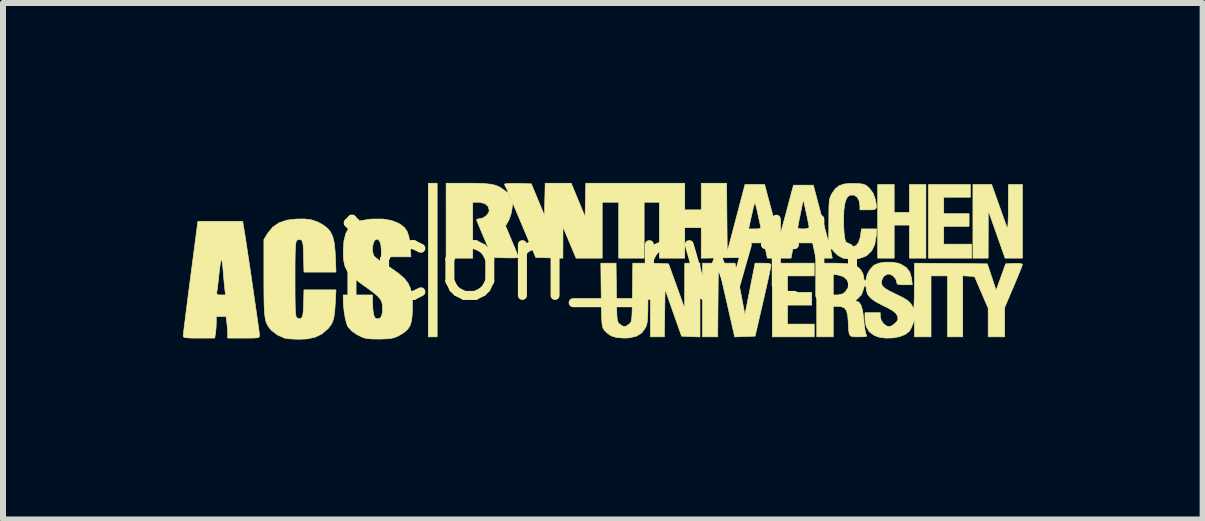
<source format=kicad_pcb>
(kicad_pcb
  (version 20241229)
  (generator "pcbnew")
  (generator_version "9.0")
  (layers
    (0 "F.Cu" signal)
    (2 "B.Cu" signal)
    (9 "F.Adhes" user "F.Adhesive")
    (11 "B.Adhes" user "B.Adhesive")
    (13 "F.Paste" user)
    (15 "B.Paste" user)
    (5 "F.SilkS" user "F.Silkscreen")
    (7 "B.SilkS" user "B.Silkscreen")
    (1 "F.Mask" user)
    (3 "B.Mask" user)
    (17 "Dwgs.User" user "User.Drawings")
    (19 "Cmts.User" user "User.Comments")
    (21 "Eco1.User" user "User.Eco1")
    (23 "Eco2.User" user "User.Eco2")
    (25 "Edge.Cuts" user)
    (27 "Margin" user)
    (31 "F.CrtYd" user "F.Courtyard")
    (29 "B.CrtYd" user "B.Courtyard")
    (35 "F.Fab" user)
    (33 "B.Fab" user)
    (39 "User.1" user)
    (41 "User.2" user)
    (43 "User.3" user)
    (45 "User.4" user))
  (footprint "icon_rwth"
    (layer "F.Cu")
    (at 6.991 1.296)
    (property "Reference" "icon_rwth" (at 0 0 0) (layer "F.SilkS") (effects (font (size 1.27 1.27) (thickness 0.15))))
    (attr through_hole)
    (fp_poly (pts (xy -2.752 1.27) (xy -2.9 1.27) (xy -2.9 -1.291) (xy -2.752 -1.291) (xy -2.752 1.27)) (stroke (width 0.01) (type solid)) (fill yes) (layer "F.SilkS"))
    (fp_poly (pts (xy 3.535 0.254) (xy 3.09 0.254) (xy 3.09 0.529) (xy 3.493 0.529) (xy 3.493 0.741) (xy 3.09 0.741) (xy 3.09 1.058) (xy 3.535 1.058) (xy 3.535 1.27) (xy 2.836 1.27) (xy 2.836 0.042) (xy 3.535 0.042) (xy 3.535 0.254)) (stroke (width 0.01) (type solid)) (fill yes) (layer "F.SilkS"))
    (fp_poly (pts (xy 4.868 -0.804) (xy 5.122 -0.804) (xy 5.122 -1.27) (xy 5.397 -1.27) (xy 5.397 -0.042) (xy 5.122 -0.042) (xy 5.122 -0.593) (xy 4.868 -0.593) (xy 4.868 -0.042) (xy 4.593 -0.042) (xy 4.593 -1.27) (xy 4.868 -1.27) (xy 4.868 -0.804)) (stroke (width 0.01) (type solid)) (fill yes) (layer "F.SilkS"))
    (fp_poly (pts (xy 6.138 -1.058) (xy 5.694 -1.058) (xy 5.694 -0.783) (xy 6.117 -0.783) (xy 6.117 -0.572) (xy 5.694 -0.572) (xy 5.694 -0.275) (xy 6.16 -0.275) (xy 6.16 -0.042) (xy 5.44 -0.042) (xy 5.44 -1.27) (xy 6.138 -1.27) (xy 6.138 -1.058)) (stroke (width 0.01) (type solid)) (fill yes) (layer "F.SilkS"))
    (fp_poly (pts (xy 0.955 0.047) (xy 1.106 0.053) (xy 1.24 0.423) (xy 1.373 0.794) (xy 1.375 0.418) (xy 1.376 0.042) (xy 1.63 0.042) (xy 1.63 1.272) (xy 1.476 1.266) (xy 1.323 1.259) (xy 1.185 0.868) (xy 1.048 0.476) (xy 1.036 1.27) (xy 0.804 1.27) (xy 0.804 0.04) (xy 0.955 0.047)) (stroke (width 0.01) (type solid)) (fill yes) (layer "F.SilkS"))
    (fp_poly (pts (xy 6.616 -0.926) (xy 6.657 -0.81) (xy 6.694 -0.706) (xy 6.725 -0.62) (xy 6.746 -0.562) (xy 6.754 -0.54) (xy 6.76 -0.546) (xy 6.764 -0.589) (xy 6.768 -0.663) (xy 6.771 -0.762) (xy 6.772 -0.881) (xy 6.772 -0.884) (xy 6.773 -1.27) (xy 7.006 -1.27) (xy 7.006 -0.042) (xy 6.717 -0.042) (xy 6.577 -0.439) (xy 6.437 -0.836) (xy 6.435 -0.042) (xy 6.181 -0.042) (xy 6.181 -1.27) (xy 6.493 -1.27) (xy 6.616 -0.926)) (stroke (width 0.01) (type solid)) (fill yes) (layer "F.SilkS"))
    (fp_poly (pts (xy 2.682 0.042) (xy 2.756 0.044) (xy 2.796 0.051) (xy 2.812 0.065) (xy 2.814 0.079) (xy 2.809 0.109) (xy 2.796 0.174) (xy 2.776 0.269) (xy 2.749 0.389) (xy 2.718 0.526) (xy 2.684 0.676) (xy 2.681 0.688) (xy 2.549 1.259) (xy 2.379 1.265) (xy 2.209 1.272) (xy 2.073 0.675) (xy 1.937 0.079) (xy 1.931 0.674) (xy 1.926 1.27) (xy 1.672 1.27) (xy 1.672 0.042) (xy 2.215 0.042) (xy 2.379 0.9) (xy 2.464 0.471) (xy 2.549 0.042) (xy 2.682 0.042)) (stroke (width 0.01) (type solid)) (fill yes) (layer "F.SilkS"))
    (fp_poly (pts (xy 0.237 0.531) (xy 0.239 0.687) (xy 0.241 0.806) (xy 0.244 0.894) (xy 0.248 0.956) (xy 0.254 0.998) (xy 0.263 1.025) (xy 0.274 1.043) (xy 0.289 1.057) (xy 0.293 1.06) (xy 0.338 1.089) (xy 0.37 1.101) (xy 0.405 1.088) (xy 0.447 1.06) (xy 0.463 1.046) (xy 0.476 1.03) (xy 0.485 1.006) (xy 0.491 0.968) (xy 0.496 0.912) (xy 0.499 0.831) (xy 0.501 0.72) (xy 0.503 0.574) (xy 0.504 0.531) (xy 0.51 0.042) (xy 0.762 0.042) (xy 0.762 0.541) (xy 0.762 0.7) (xy 0.761 0.824) (xy 0.758 0.917) (xy 0.754 0.986) (xy 0.748 1.036) (xy 0.74 1.073) (xy 0.728 1.104) (xy 0.719 1.122) (xy 0.658 1.205) (xy 0.57 1.259) (xy 0.453 1.287) (xy 0.366 1.291) (xy 0.24 1.282) (xy 0.15 1.254) (xy 0.088 1.212) (xy 0.036 1.161) (xy 0.033 1.157) (xy 0.02 1.137) (xy 0.009 1.112) (xy 0.001 1.078) (xy -0.005 1.03) (xy -0.009 0.962) (xy -0.012 0.868) (xy -0.015 0.743) (xy -0.017 0.581) (xy -0.017 0.57) (xy -0.023 0.042) (xy 0.231 0.042) (xy 0.237 0.531)) (stroke (width 0.01) (type solid)) (fill yes) (layer "F.SilkS"))
    (fp_poly (pts (xy -5.971 -0.513) (xy -5.955 -0.417) (xy -5.936 -0.295) (xy -5.915 -0.152) (xy -5.891 0.006) (xy -5.866 0.174) (xy -5.841 0.346) (xy -5.816 0.517) (xy -5.792 0.683) (xy -5.77 0.836) (xy -5.75 0.973) (xy -5.734 1.087) (xy -5.723 1.173) (xy -5.716 1.227) (xy -5.715 1.241) (xy -5.716 1.262) (xy -5.724 1.276) (xy -5.746 1.285) (xy -5.789 1.289) (xy -5.86 1.291) (xy -5.965 1.291) (xy -5.98 1.291) (xy -6.244 1.291) (xy -6.244 1.222) (xy -6.247 1.16) (xy -6.254 1.08) (xy -6.258 1.042) (xy -6.271 0.931) (xy -6.435 0.931) (xy -6.435 1.032) (xy -6.438 1.113) (xy -6.446 1.193) (xy -6.448 1.212) (xy -6.461 1.291) (xy -6.723 1.291) (xy -6.833 1.291) (xy -6.907 1.288) (xy -6.953 1.283) (xy -6.977 1.275) (xy -6.985 1.261) (xy -6.986 1.254) (xy -6.983 1.226) (xy -6.976 1.16) (xy -6.964 1.061) (xy -6.948 0.934) (xy -6.929 0.782) (xy -6.907 0.611) (xy -6.9 0.555) (xy -6.427 0.555) (xy -6.407 0.569) (xy -6.358 0.572) (xy -6.281 0.572) (xy -6.294 0.46) (xy -6.302 0.385) (xy -6.311 0.287) (xy -6.319 0.184) (xy -6.321 0.164) (xy -6.329 0.081) (xy -6.338 0.018) (xy -6.346 -0.017) (xy -6.35 -0.021) (xy -6.357 -0.001) (xy -6.368 0.052) (xy -6.379 0.132) (xy -6.39 0.228) (xy -6.401 0.33) (xy -6.412 0.421) (xy -6.42 0.49) (xy -6.426 0.524) (xy -6.427 0.555) (xy -6.9 0.555) (xy -6.883 0.424) (xy -6.864 0.28) (xy -6.742 -0.656) (xy -5.994 -0.656) (xy -5.971 -0.513)) (stroke (width 0.01) (type solid)) (fill yes) (layer "F.SilkS"))
    (fp_poly (pts (xy -4.848 -0.68) (xy -4.748 -0.647) (xy -4.654 -0.596) (xy -4.583 -0.542) (xy -4.53 -0.479) (xy -4.493 -0.399) (xy -4.468 -0.296) (xy -4.454 -0.162) (xy -4.449 -0.071) (xy -4.439 0.191) (xy -4.973 0.191) (xy -4.979 -0.067) (xy -4.982 -0.179) (xy -4.987 -0.256) (xy -4.995 -0.305) (xy -5.007 -0.333) (xy -5.02 -0.346) (xy -5.062 -0.355) (xy -5.089 -0.34) (xy -5.099 -0.328) (xy -5.106 -0.305) (xy -5.112 -0.268) (xy -5.116 -0.211) (xy -5.119 -0.13) (xy -5.121 -0.022) (xy -5.122 0.12) (xy -5.122 0.3) (xy -5.122 0.307) (xy -5.122 0.488) (xy -5.121 0.631) (xy -5.119 0.741) (xy -5.117 0.822) (xy -5.112 0.88) (xy -5.107 0.918) (xy -5.099 0.941) (xy -5.089 0.954) (xy -5.089 0.954) (xy -5.048 0.97) (xy -5.02 0.96) (xy -5.004 0.942) (xy -4.992 0.907) (xy -4.985 0.849) (xy -4.98 0.758) (xy -4.979 0.712) (xy -4.973 0.487) (xy -4.439 0.487) (xy -4.451 0.714) (xy -4.46 0.844) (xy -4.473 0.94) (xy -4.493 1.013) (xy -4.523 1.072) (xy -4.565 1.126) (xy -4.579 1.14) (xy -4.676 1.223) (xy -4.789 1.277) (xy -4.924 1.305) (xy -5.048 1.31) (xy -5.14 1.308) (xy -5.222 1.303) (xy -5.279 1.295) (xy -5.292 1.293) (xy -5.415 1.239) (xy -5.514 1.163) (xy -5.531 1.144) (xy -5.56 1.107) (xy -5.584 1.069) (xy -5.603 1.026) (xy -5.617 0.972) (xy -5.627 0.904) (xy -5.634 0.815) (xy -5.638 0.701) (xy -5.64 0.556) (xy -5.641 0.377) (xy -5.641 0.284) (xy -5.641 -0.353) (xy -5.577 -0.457) (xy -5.494 -0.558) (xy -5.389 -0.631) (xy -5.256 -0.676) (xy -5.101 -0.694) (xy -4.961 -0.695) (xy -4.848 -0.68)) (stroke (width 0.01) (type solid)) (fill yes) (layer "F.SilkS"))
    (fp_poly (pts (xy -3.657 -0.694) (xy -3.518 -0.671) (xy -3.402 -0.626) (xy -3.361 -0.602) (xy -3.296 -0.55) (xy -3.252 -0.485) (xy -3.223 -0.4) (xy -3.206 -0.284) (xy -3.202 -0.242) (xy -3.19 -0.064) (xy -3.683 -0.064) (xy -3.683 -0.171) (xy -3.691 -0.267) (xy -3.713 -0.331) (xy -3.748 -0.359) (xy -3.757 -0.36) (xy -3.791 -0.341) (xy -3.816 -0.293) (xy -3.83 -0.227) (xy -3.83 -0.157) (xy -3.814 -0.094) (xy -3.81 -0.085) (xy -3.783 -0.056) (xy -3.73 -0.014) (xy -3.661 0.034) (xy -3.646 0.043) (xy -3.498 0.14) (xy -3.383 0.223) (xy -3.298 0.299) (xy -3.238 0.376) (xy -3.199 0.458) (xy -3.176 0.552) (xy -3.166 0.665) (xy -3.165 0.762) (xy -3.168 0.901) (xy -3.18 1.006) (xy -3.205 1.085) (xy -3.245 1.146) (xy -3.305 1.198) (xy -3.366 1.236) (xy -3.424 1.267) (xy -3.476 1.286) (xy -3.534 1.298) (xy -3.612 1.304) (xy -3.693 1.307) (xy -3.835 1.306) (xy -3.938 1.296) (xy -3.985 1.283) (xy -4.09 1.233) (xy -4.179 1.17) (xy -4.239 1.103) (xy -4.242 1.099) (xy -4.264 1.043) (xy -4.285 0.957) (xy -4.302 0.854) (xy -4.314 0.748) (xy -4.318 0.661) (xy -4.318 0.572) (xy -3.831 0.572) (xy -3.829 0.704) (xy -3.823 0.823) (xy -3.81 0.904) (xy -3.789 0.952) (xy -3.761 0.97) (xy -3.711 0.965) (xy -3.679 0.927) (xy -3.663 0.852) (xy -3.662 0.805) (xy -3.664 0.742) (xy -3.675 0.691) (xy -3.698 0.644) (xy -3.738 0.596) (xy -3.801 0.542) (xy -3.892 0.474) (xy -3.979 0.412) (xy -4.1 0.323) (xy -4.189 0.246) (xy -4.25 0.173) (xy -4.289 0.095) (xy -4.309 0.005) (xy -4.317 -0.105) (xy -4.317 -0.158) (xy -4.307 -0.323) (xy -4.276 -0.452) (xy -4.222 -0.551) (xy -4.14 -0.621) (xy -4.028 -0.666) (xy -3.883 -0.69) (xy -3.826 -0.694) (xy -3.657 -0.694)) (stroke (width 0.01) (type solid)) (fill yes) (layer "F.SilkS"))
    (fp_poly (pts (xy 4.923 0.04) (xy 4.979 0.059) (xy 5.071 0.115) (xy 5.128 0.189) (xy 5.157 0.291) (xy 5.159 0.307) (xy 5.17 0.402) (xy 5.04 0.402) (xy 4.969 0.401) (xy 4.93 0.394) (xy 4.913 0.38) (xy 4.911 0.359) (xy 4.894 0.306) (xy 4.854 0.258) (xy 4.803 0.227) (xy 4.757 0.223) (xy 4.693 0.262) (xy 4.66 0.327) (xy 4.657 0.361) (xy 4.662 0.399) (xy 4.681 0.432) (xy 4.721 0.466) (xy 4.787 0.505) (xy 4.885 0.553) (xy 4.911 0.566) (xy 5.019 0.619) (xy 5.094 0.666) (xy 5.143 0.713) (xy 5.174 0.765) (xy 5.185 0.797) (xy 5.192 0.8) (xy 5.197 0.762) (xy 5.201 0.685) (xy 5.204 0.57) (xy 5.205 0.449) (xy 5.207 0.042) (xy 5.814 0.047) (xy 6.421 0.053) (xy 6.568 0.495) (xy 6.647 0.274) (xy 6.726 0.053) (xy 6.866 0.047) (xy 6.952 0.046) (xy 6.998 0.054) (xy 7.006 0.064) (xy 6.998 0.09) (xy 6.976 0.149) (xy 6.942 0.232) (xy 6.9 0.335) (xy 6.858 0.434) (xy 6.71 0.78) (xy 6.71 1.27) (xy 6.435 1.27) (xy 6.435 0.792) (xy 6.321 0.528) (xy 6.208 0.265) (xy 6.11 0.258) (xy 6.011 0.252) (xy 6.011 1.27) (xy 5.757 1.27) (xy 5.757 0.254) (xy 5.482 0.254) (xy 5.482 1.27) (xy 5.207 1.27) (xy 5.206 1.127) (xy 5.205 0.984) (xy 5.177 1.064) (xy 5.151 1.125) (xy 5.124 1.173) (xy 5.119 1.178) (xy 5.053 1.23) (xy 4.958 1.267) (xy 4.846 1.288) (xy 4.728 1.291) (xy 4.616 1.276) (xy 4.537 1.247) (xy 4.453 1.185) (xy 4.401 1.098) (xy 4.382 0.983) (xy 4.381 0.965) (xy 4.381 0.868) (xy 4.636 0.868) (xy 4.636 0.932) (xy 4.652 0.996) (xy 4.693 1.054) (xy 4.747 1.092) (xy 4.784 1.101) (xy 4.826 1.087) (xy 4.874 1.053) (xy 4.914 1.012) (xy 4.932 0.977) (xy 4.932 0.976) (xy 4.924 0.924) (xy 4.896 0.878) (xy 4.843 0.834) (xy 4.759 0.786) (xy 4.689 0.752) (xy 4.565 0.688) (xy 4.478 0.626) (xy 4.426 0.563) (xy 4.404 0.495) (xy 4.403 0.472) (xy 4.396 0.426) (xy 4.38 0.417) (xy 4.363 0.444) (xy 4.352 0.486) (xy 4.324 0.565) (xy 4.27 0.623) (xy 4.231 0.658) (xy 4.226 0.675) (xy 4.238 0.677) (xy 4.282 0.694) (xy 4.317 0.747) (xy 4.342 0.836) (xy 4.36 0.965) (xy 4.363 0.998) (xy 4.372 1.091) (xy 4.384 1.17) (xy 4.397 1.224) (xy 4.404 1.24) (xy 4.411 1.256) (xy 4.396 1.265) (xy 4.352 1.269) (xy 4.279 1.27) (xy 4.209 1.27) (xy 4.161 1.264) (xy 4.132 1.246) (xy 4.116 1.209) (xy 4.108 1.146) (xy 4.103 1.049) (xy 4.102 1.013) (xy 4.092 0.903) (xy 4.07 0.828) (xy 4.033 0.784) (xy 3.976 0.765) (xy 3.934 0.762) (xy 3.852 0.762) (xy 3.852 1.27) (xy 3.577 1.27) (xy 3.577 0.572) (xy 3.852 0.572) (xy 3.927 0.572) (xy 4.008 0.554) (xy 4.054 0.52) (xy 4.099 0.451) (xy 4.106 0.38) (xy 4.079 0.316) (xy 4.021 0.267) (xy 3.942 0.241) (xy 3.852 0.227) (xy 3.852 0.572) (xy 3.577 0.572) (xy 3.577 0.042) (xy 3.853 0.042) (xy 3.995 0.045) (xy 4.103 0.053) (xy 4.182 0.068) (xy 4.242 0.093) (xy 4.288 0.129) (xy 4.314 0.159) (xy 4.347 0.217) (xy 4.36 0.277) (xy 4.36 0.278) (xy 4.367 0.321) (xy 4.381 0.339) (xy 4.398 0.321) (xy 4.403 0.291) (xy 4.419 0.227) (xy 4.459 0.155) (xy 4.514 0.093) (xy 4.54 0.072) (xy 4.614 0.042) (xy 4.713 0.026) (xy 4.821 0.026) (xy 4.923 0.04)) (stroke (width 0.01) (type solid)) (fill yes) (layer "F.SilkS"))
    (fp_poly (pts (xy -0.286 -0.733) (xy -0.274 -1.291) (xy 1.376 -1.291) (xy 1.376 -0.847) (xy 1.651 -0.847) (xy 1.651 -1.291) (xy 2.074 -1.291) (xy 2.079 -0.719) (xy 2.085 -0.147) (xy 2.186 -0.529) (xy 2.441 -0.529) (xy 2.546 -0.529) (xy 2.607 -0.531) (xy 2.637 -0.539) (xy 2.643 -0.558) (xy 2.639 -0.577) (xy 2.63 -0.619) (xy 2.614 -0.69) (xy 2.596 -0.775) (xy 2.591 -0.799) (xy 2.573 -0.877) (xy 2.557 -0.934) (xy 2.546 -0.962) (xy 2.544 -0.963) (xy 2.535 -0.94) (xy 2.52 -0.884) (xy 2.502 -0.805) (xy 2.487 -0.741) (xy 2.441 -0.529) (xy 2.186 -0.529) (xy 2.233 -0.709) (xy 2.381 -1.27) (xy 2.708 -1.27) (xy 2.729 -1.191) (xy 2.741 -1.144) (xy 2.762 -1.065) (xy 2.79 -0.962) (xy 2.821 -0.845) (xy 2.845 -0.755) (xy 2.876 -0.638) (xy 2.904 -0.537) (xy 2.926 -0.457) (xy 2.942 -0.406) (xy 2.948 -0.39) (xy 2.955 -0.407) (xy 2.972 -0.459) (xy 2.996 -0.54) (xy 2.997 -0.545) (xy 3.26 -0.545) (xy 3.279 -0.536) (xy 3.326 -0.53) (xy 3.355 -0.529) (xy 3.421 -0.535) (xy 3.449 -0.551) (xy 3.449 -0.556) (xy 3.445 -0.586) (xy 3.433 -0.648) (xy 3.416 -0.732) (xy 3.401 -0.8) (xy 3.353 -1.019) (xy 3.306 -0.79) (xy 3.287 -0.696) (xy 3.272 -0.618) (xy 3.262 -0.564) (xy 3.26 -0.545) (xy 2.997 -0.545) (xy 3.025 -0.646) (xy 3.059 -0.769) (xy 3.072 -0.82) (xy 3.189 -1.259) (xy 3.52 -1.259) (xy 3.642 -0.798) (xy 3.678 -0.664) (xy 3.71 -0.544) (xy 3.737 -0.443) (xy 3.757 -0.368) (xy 3.769 -0.325) (xy 3.771 -0.317) (xy 3.774 -0.33) (xy 3.776 -0.379) (xy 3.777 -0.458) (xy 3.778 -0.56) (xy 3.778 -0.661) (xy 3.779 -0.795) (xy 3.78 -0.893) (xy 3.783 -0.964) (xy 3.79 -1.016) (xy 3.8 -1.055) (xy 3.814 -1.089) (xy 3.831 -1.12) (xy 3.887 -1.199) (xy 3.953 -1.251) (xy 4.038 -1.279) (xy 4.151 -1.288) (xy 4.206 -1.287) (xy 4.293 -1.283) (xy 4.351 -1.275) (xy 4.391 -1.26) (xy 4.427 -1.234) (xy 4.453 -1.209) (xy 4.518 -1.123) (xy 4.55 -1.033) (xy 4.568 -0.945) (xy 4.572 -0.89) (xy 4.557 -0.861) (xy 4.519 -0.849) (xy 4.453 -0.847) (xy 4.434 -0.847) (xy 4.297 -0.847) (xy 4.297 -0.909) (xy 4.284 -0.998) (xy 4.249 -1.061) (xy 4.198 -1.094) (xy 4.135 -1.092) (xy 4.11 -1.081) (xy 4.074 -1.04) (xy 4.047 -0.96) (xy 4.03 -0.845) (xy 4.024 -0.7) (xy 4.026 -0.58) (xy 4.034 -0.446) (xy 4.048 -0.35) (xy 4.071 -0.286) (xy 4.104 -0.249) (xy 4.15 -0.234) (xy 4.17 -0.233) (xy 4.229 -0.248) (xy 4.271 -0.296) (xy 4.3 -0.381) (xy 4.308 -0.429) (xy 4.323 -0.529) (xy 4.577 -0.529) (xy 4.568 -0.406) (xy 4.544 -0.27) (xy 4.494 -0.165) (xy 4.415 -0.089) (xy 4.381 -0.069) (xy 4.272 -0.033) (xy 4.147 -0.023) (xy 4.024 -0.04) (xy 4.014 -0.043) (xy 3.929 -0.088) (xy 3.854 -0.161) (xy 3.817 -0.222) (xy 3.787 -0.286) (xy 3.799 -0.225) (xy 3.814 -0.155) (xy 3.824 -0.103) (xy 3.836 -0.042) (xy 3.562 -0.042) (xy 3.508 -0.296) (xy 3.198 -0.296) (xy 3.173 -0.169) (xy 3.148 -0.042) (xy 2.753 -0.042) (xy 2.727 -0.169) (xy 2.701 -0.296) (xy 2.547 -0.296) (xy 2.467 -0.296) (xy 2.42 -0.291) (xy 2.396 -0.279) (xy 2.384 -0.257) (xy 2.379 -0.238) (xy 2.364 -0.172) (xy 2.351 -0.116) (xy 2.336 -0.053) (xy 1.994 -0.047) (xy 1.651 -0.041) (xy 1.651 -0.55) (xy 1.376 -0.55) (xy 1.376 -0.042) (xy 0.953 -0.042) (xy 0.953 -0.974) (xy 0.699 -0.974) (xy 0.699 -0.042) (xy 0.275 -0.042) (xy 0.275 -0.974) (xy 0 -0.974) (xy 0 -0.042) (xy -0.436 -0.042) (xy -0.545 -0.302) (xy -0.654 -0.561) (xy -0.655 -0.301) (xy -0.656 -0.041) (xy -0.882 -0.047) (xy -1.108 -0.053) (xy -1.3 -0.507) (xy -1.492 -0.962) (xy -1.506 -0.853) (xy -1.523 -0.77) (xy -1.553 -0.688) (xy -1.565 -0.662) (xy -1.612 -0.579) (xy -1.505 -0.324) (xy -1.464 -0.227) (xy -1.431 -0.146) (xy -1.408 -0.086) (xy -1.397 -0.056) (xy -1.397 -0.054) (xy -1.417 -0.049) (xy -1.47 -0.046) (xy -1.547 -0.046) (xy -1.613 -0.047) (xy -1.829 -0.053) (xy -1.962 -0.36) (xy -2.007 -0.466) (xy -2.046 -0.558) (xy -2.075 -0.629) (xy -2.092 -0.673) (xy -2.095 -0.683) (xy -2.077 -0.695) (xy -2.045 -0.699) (xy -1.984 -0.714) (xy -1.928 -0.754) (xy -1.891 -0.806) (xy -1.884 -0.838) (xy -1.902 -0.904) (xy -1.955 -0.951) (xy -2.036 -0.972) (xy -2.064 -0.974) (xy -2.159 -0.974) (xy -2.159 -0.042) (xy -2.603 -0.042) (xy -2.603 -1.005) (xy -1.524 -1.005) (xy -1.513 -0.995) (xy -1.503 -1.005) (xy -1.513 -1.016) (xy -1.524 -1.005) (xy -2.603 -1.005) (xy -2.603 -1.048) (xy -1.545 -1.048) (xy -1.535 -1.037) (xy -1.524 -1.048) (xy -1.535 -1.058) (xy -1.545 -1.048) (xy -2.603 -1.048) (xy -2.603 -1.09) (xy -1.566 -1.09) (xy -1.556 -1.079) (xy -1.545 -1.09) (xy -1.556 -1.101) (xy -1.566 -1.09) (xy -2.603 -1.09) (xy -2.603 -1.291) (xy -2.249 -1.291) (xy -2.088 -1.29) (xy -1.962 -1.285) (xy -1.865 -1.275) (xy -1.789 -1.259) (xy -1.728 -1.236) (xy -1.674 -1.204) (xy -1.646 -1.183) (xy -1.594 -1.145) (xy -1.571 -1.138) (xy -1.575 -1.163) (xy -1.598 -1.206) (xy -1.62 -1.25) (xy -1.629 -1.276) (xy -1.61 -1.282) (xy -1.557 -1.286) (xy -1.479 -1.288) (xy -1.406 -1.287) (xy -1.182 -1.281) (xy -1.073 -1.018) (xy -0.963 -0.756) (xy -0.951 -1.291) (xy -0.517 -1.291) (xy -0.286 -0.733)) (stroke (width 0.01) (type solid)) (fill yes) (layer "F.SilkS")))
  (gr_rect
    (start -3 -3)
    (end 17.002 5.611)
    (stroke (width 0.1) (type default))
    (fill no)
    (layer "Edge.Cuts")))
</source>
